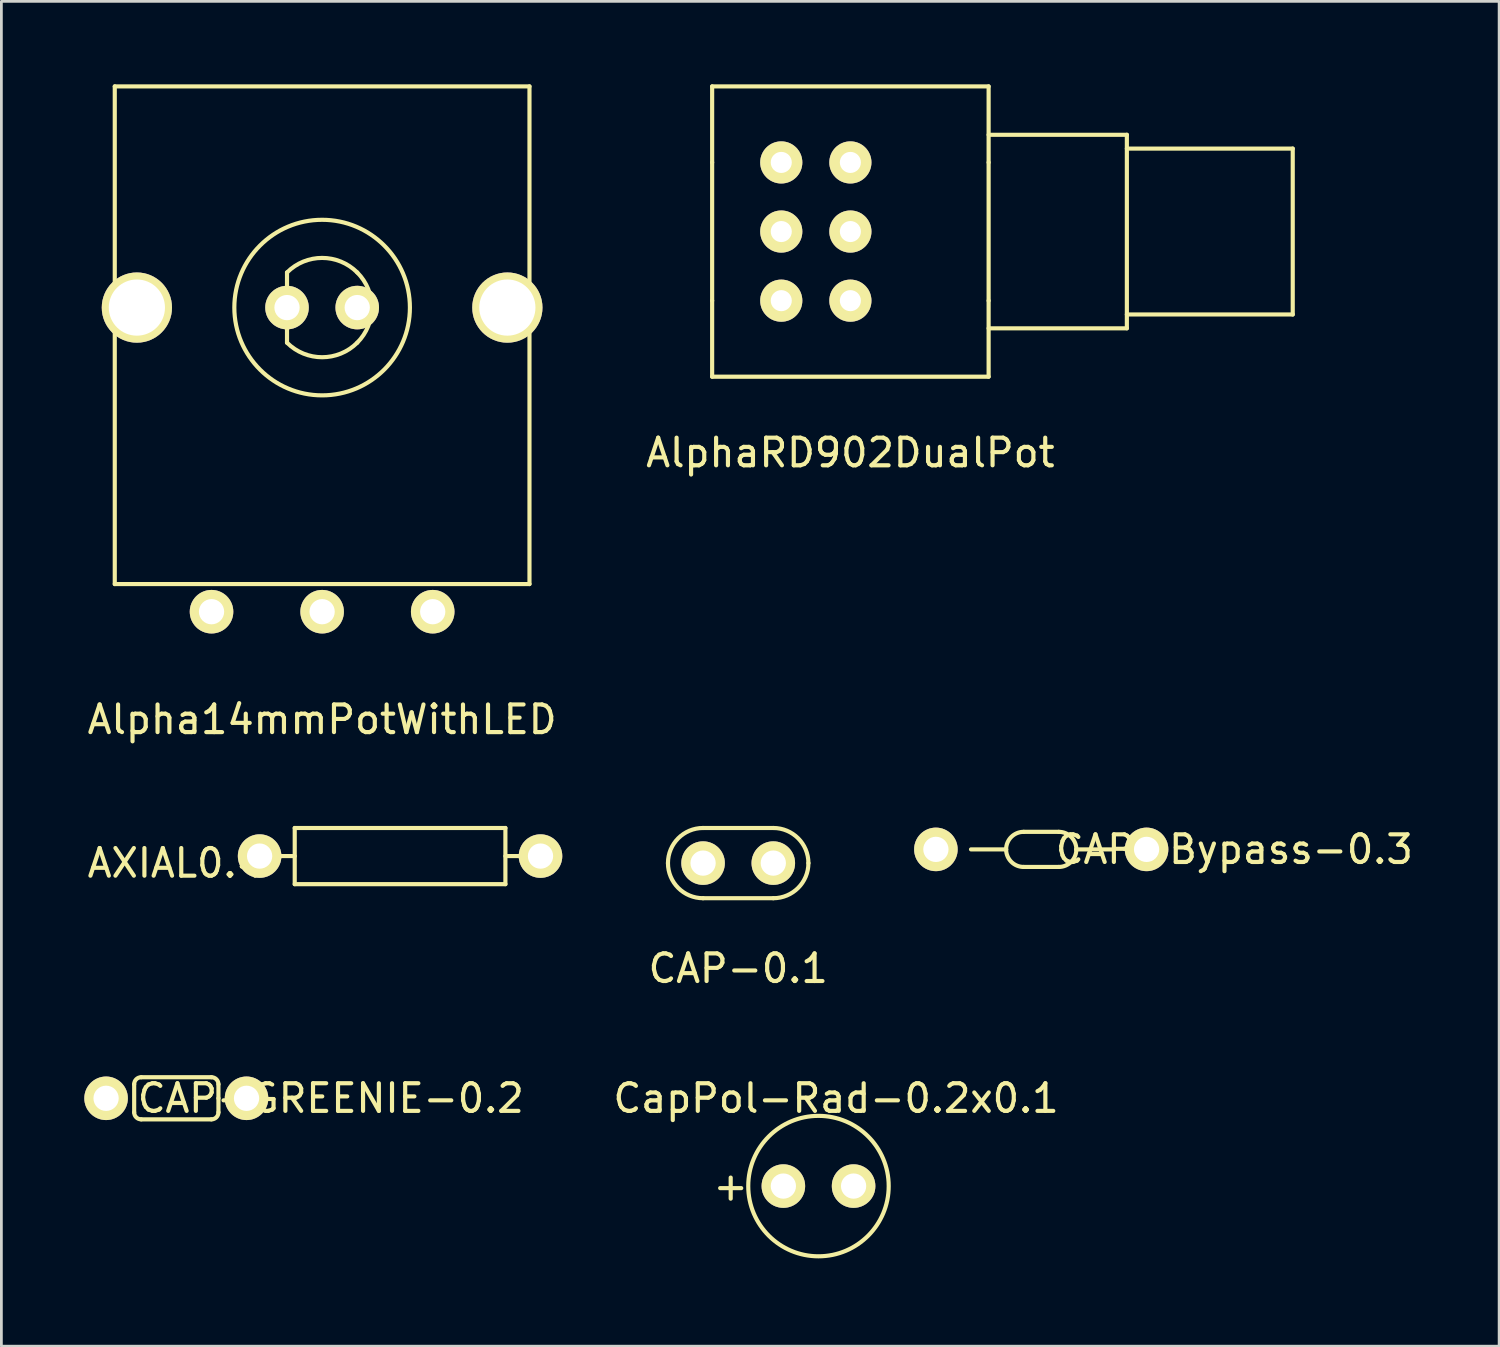
<source format=kicad_pcb>
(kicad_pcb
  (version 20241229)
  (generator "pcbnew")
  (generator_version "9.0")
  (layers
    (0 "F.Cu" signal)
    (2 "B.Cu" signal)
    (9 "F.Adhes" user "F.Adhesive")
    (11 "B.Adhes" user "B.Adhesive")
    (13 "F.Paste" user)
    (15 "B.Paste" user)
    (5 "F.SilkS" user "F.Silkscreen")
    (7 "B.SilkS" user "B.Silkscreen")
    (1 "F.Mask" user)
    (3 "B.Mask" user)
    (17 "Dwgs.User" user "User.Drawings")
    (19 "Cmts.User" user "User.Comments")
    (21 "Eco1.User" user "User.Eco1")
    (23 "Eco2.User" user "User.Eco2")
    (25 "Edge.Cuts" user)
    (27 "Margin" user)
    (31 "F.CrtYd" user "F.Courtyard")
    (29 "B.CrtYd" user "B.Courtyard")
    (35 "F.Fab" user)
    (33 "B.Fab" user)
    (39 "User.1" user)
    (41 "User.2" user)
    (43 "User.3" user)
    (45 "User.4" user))
  (footprint "CAP-Bypass-0.3"
    (layer "F.Cu")
    (at 34.611 27.672)
    (property "Reference" "CAP-Bypass-0.3" (at 6.985 0 0) (layer "F.SilkS") (effects (font (size 1 1) (thickness 0.15))))
    (attr through_hole)
    (fp_line (start -2.54 0) (end -1.27 0) (stroke (width 0.15) (type solid)) (layer "F.SilkS"))
    (fp_line (start -0.635 -0.635) (end 0.635 -0.635) (stroke (width 0.15) (type solid)) (layer "F.SilkS"))
    (fp_line (start -0.635 0.635) (end 0.635 0.635) (stroke (width 0.15) (type solid)) (layer "F.SilkS"))
    (fp_line (start 2.54 0) (end 1.27 0) (stroke (width 0.15) (type solid)) (layer "F.SilkS"))
    (fp_arc (start -1.27 0) (mid -1.084013 -0.449013) (end -0.635 -0.635) (stroke (width 0.15) (type solid)) (layer "F.SilkS"))
    (fp_arc (start -0.635 0.635) (mid -1.084013 0.449013) (end -1.27 0) (stroke (width 0.15) (type solid)) (layer "F.SilkS"))
    (fp_arc (start 0.635 -0.635) (mid 1.084013 -0.449013) (end 1.27 0) (stroke (width 0.15) (type solid)) (layer "F.SilkS"))
    (fp_arc (start 1.27 0) (mid 1.084013 0.449013) (end 0.635 0.635) (stroke (width 0.15) (type solid)) (layer "F.SilkS"))
    (pad "1" thru_hole circle (at -3.81 0) (size 1.575 1.575) (drill 0.914) (layers "*.Cu" "*.Mask" "F.SilkS"))
    (pad "2" thru_hole circle (at 3.81 0) (size 1.575 1.575) (drill 0.914) (layers "*.Cu" "*.Mask" "F.SilkS")))
  (footprint "Alpha14mmPotWithLED"
    (layer "F.Cu")
    (at 8.601 8.075)
    (property "Reference" "Alpha14mmPotWithLED" (at 0 14.9 0) (layer "F.SilkS") (effects (font (size 1 1) (thickness 0.15))))
    (attr through_hole)
    (fp_line (start -7.5 -8) (end -7.5 10) (stroke (width 0.15) (type solid)) (layer "F.SilkS"))
    (fp_line (start -7.5 10) (end 7.5 10) (stroke (width 0.15) (type solid)) (layer "F.SilkS"))
    (fp_line (start -1.27 -1.27) (end -1.27 1.27) (stroke (width 0.15) (type solid)) (layer "F.SilkS"))
    (fp_line (start 7.5 -8) (end -7.5 -8) (stroke (width 0.15) (type solid)) (layer "F.SilkS"))
    (fp_line (start 7.5 10) (end 7.5 -8) (stroke (width 0.15) (type solid)) (layer "F.SilkS"))
    (fp_arc (start -1.27 -1.27) (mid 0 -1.796051) (end 1.27 -1.27) (stroke (width 0.15) (type solid)) (layer "F.SilkS"))
    (fp_arc (start 1.27 -1.27) (mid 1.796051 0) (end 1.27 1.27) (stroke (width 0.15) (type solid)) (layer "F.SilkS"))
    (fp_arc (start 1.27 1.27) (mid 0 1.796051) (end -1.27 1.27) (stroke (width 0.15) (type solid)) (layer "F.SilkS"))
    (fp_circle (center 0 0) (end 3.175 0) (stroke (width 0.15) (type solid)) (fill no) (layer "F.SilkS"))
    (pad "" thru_hole circle (at -6.7 0) (size 2.54 2.54) (drill 2.032) (layers "*.Cu" "*.Mask" "F.SilkS"))
    (pad "" thru_hole circle (at 6.7 0) (size 2.54 2.54) (drill 2.032) (layers "*.Cu" "*.Mask" "F.SilkS"))
    (pad "1" thru_hole circle (at -4 11) (size 1.575 1.575) (drill 0.914) (layers "*.Cu" "*.Mask" "F.SilkS"))
    (pad "2" thru_hole circle (at 0 11) (size 1.575 1.575) (drill 0.914) (layers "*.Cu" "*.Mask" "F.SilkS"))
    (pad "3" thru_hole circle (at 4 11) (size 1.575 1.575) (drill 0.914) (layers "*.Cu" "*.Mask" "F.SilkS"))
    (pad "4" thru_hole circle (at -1.27 0) (size 1.575 1.575) (drill 0.914) (layers "*.Cu" "*.Mask" "F.SilkS"))
    (pad "5" thru_hole circle (at 1.27 0) (size 1.575 1.575) (drill 0.914) (layers "*.Cu" "*.Mask" "F.SilkS")))
  (footprint "CapPol-Rad-0.2x0.1"
    (layer "F.Cu")
    (at 27.824 42.39)
    (property "Reference" "CapPol-Rad-0.2x0.1" (at -0.635 -5.715 0) (layer "F.SilkS") (effects (font (size 1 1) (thickness 0.15))))
    (attr through_hole)
    (fp_circle (center -1.27 -2.54) (end 1.27 -2.54) (stroke (width 0.15) (type solid)) (fill no) (layer "F.SilkS"))
    (fp_text user "+" (at -4.445 -2.54 0) (layer "F.SilkS") (effects (font (size 1 1) (thickness 0.15))))
    (pad "1" thru_hole circle (at -2.54 -2.54) (size 1.575 1.575) (drill 0.914) (layers "*.Cu" "*.Mask" "F.SilkS"))
    (pad "2" thru_hole circle (at 0 -2.54) (size 1.575 1.575) (drill 0.914) (layers "*.Cu" "*.Mask" "F.SilkS")))
  (footprint "CAP-GREENIE-0.2"
    (layer "F.Cu")
    (at 3.327 36.675)
    (property "Reference" "CAP-GREENIE-0.2" (at 5.588 0 0) (layer "F.SilkS") (effects (font (size 1 1) (thickness 0.15))))
    (attr through_hole)
    (fp_line (start -1.524 -0.508) (end -1.524 0.508) (stroke (width 0.15) (type solid)) (layer "F.SilkS"))
    (fp_line (start -1.27 0.762) (end 1.27 0.762) (stroke (width 0.15) (type solid)) (layer "F.SilkS"))
    (fp_line (start 1.27 -0.762) (end -1.27 -0.762) (stroke (width 0.15) (type solid)) (layer "F.SilkS"))
    (fp_line (start 1.524 0) (end 1.524 -0.508) (stroke (width 0.15) (type solid)) (layer "F.SilkS"))
    (fp_line (start 1.524 0) (end 1.524 0.508) (stroke (width 0.15) (type solid)) (layer "F.SilkS"))
    (fp_arc (start -1.524 -0.508) (mid -1.449605 -0.687605) (end -1.27 -0.762) (stroke (width 0.15) (type solid)) (layer "F.SilkS"))
    (fp_arc (start -1.27 0.762) (mid -1.449605 0.687605) (end -1.524 0.508) (stroke (width 0.15) (type solid)) (layer "F.SilkS"))
    (fp_arc (start 1.27 -0.762) (mid 1.449605 -0.687605) (end 1.524 -0.508) (stroke (width 0.15) (type solid)) (layer "F.SilkS"))
    (fp_arc (start 1.524 0.508) (mid 1.449605 0.687605) (end 1.27 0.762) (stroke (width 0.15) (type solid)) (layer "F.SilkS"))
    (pad "1" thru_hole circle (at -2.54 0) (size 1.575 1.575) (drill 0.914) (layers "*.Cu" "*.Mask" "F.SilkS"))
    (pad "2" thru_hole circle (at 2.54 0) (size 1.575 1.575) (drill 0.914) (layers "*.Cu" "*.Mask" "F.SilkS")))
  (footprint "CAP-0.1"
    (layer "F.Cu")
    (at 23.65 28.168)
    (property "Reference" "CAP-0.1" (at 0 3.81 0) (layer "F.SilkS") (effects (font (size 1 1) (thickness 0.15))))
    (attr through_hole)
    (fp_line (start -1.27 -1.27) (end 1.27 -1.27) (stroke (width 0.15) (type solid)) (layer "F.SilkS"))
    (fp_line (start 1.27 1.27) (end -1.27 1.27) (stroke (width 0.15) (type solid)) (layer "F.SilkS"))
    (fp_arc (start -2.54 0) (mid -2.168026 -0.898026) (end -1.27 -1.27) (stroke (width 0.15) (type solid)) (layer "F.SilkS"))
    (fp_arc (start -1.27 1.27) (mid -2.168026 0.898026) (end -2.54 0) (stroke (width 0.15) (type solid)) (layer "F.SilkS"))
    (fp_arc (start 1.27 -1.27) (mid 2.168026 -0.898026) (end 2.54 0) (stroke (width 0.15) (type solid)) (layer "F.SilkS"))
    (fp_arc (start 2.54 0) (mid 2.168026 0.898026) (end 1.27 1.27) (stroke (width 0.15) (type solid)) (layer "F.SilkS"))
    (pad "1" thru_hole circle (at -1.27 0) (size 1.575 1.575) (drill 0.914) (layers "*.Cu" "*.Mask" "F.SilkS"))
    (pad "2" thru_hole circle (at 1.27 0) (size 1.575 1.575) (drill 0.914) (layers "*.Cu" "*.Mask" "F.SilkS")))
  (footprint "AlphaRD902DualPot"
    (layer "F.Cu")
    (at 32.708 5.325)
    (property "Reference" "AlphaRD902DualPot" (at -5 8 0) (layer "F.SilkS") (effects (font (size 1 1) (thickness 0.15))))
    (attr through_hole)
    (fp_line (start -10 -5.25) (end 0 -5.25) (stroke (width 0.15) (type solid)) (layer "F.SilkS"))
    (fp_line (start -10 -2.5) (end -10 -5.25) (stroke (width 0.15) (type solid)) (layer "F.SilkS"))
    (fp_line (start -10 2.5) (end -10 -2.5) (stroke (width 0.15) (type solid)) (layer "F.SilkS"))
    (fp_line (start -10 5.25) (end -10 2.5) (stroke (width 0.15) (type solid)) (layer "F.SilkS"))
    (fp_line (start 0 -5.25) (end 0 -2.5) (stroke (width 0.15) (type solid)) (layer "F.SilkS"))
    (fp_line (start 0 -3.5) (end 5 -3.5) (stroke (width 0.15) (type solid)) (layer "F.SilkS"))
    (fp_line (start 0 -2.5) (end 0 2.5) (stroke (width 0.15) (type solid)) (layer "F.SilkS"))
    (fp_line (start 0 2.5) (end 0 5.25) (stroke (width 0.15) (type solid)) (layer "F.SilkS"))
    (fp_line (start 0 5.25) (end -10 5.25) (stroke (width 0.15) (type solid)) (layer "F.SilkS"))
    (fp_line (start 5 -3.5) (end 5 3.5) (stroke (width 0.15) (type solid)) (layer "F.SilkS"))
    (fp_line (start 5 -3) (end 11 -3) (stroke (width 0.15) (type solid)) (layer "F.SilkS"))
    (fp_line (start 5 3.5) (end 0 3.5) (stroke (width 0.15) (type solid)) (layer "F.SilkS"))
    (fp_line (start 11 -3) (end 11 3) (stroke (width 0.15) (type solid)) (layer "F.SilkS"))
    (fp_line (start 11 3) (end 5 3) (stroke (width 0.15) (type solid)) (layer "F.SilkS"))
    (pad "1" thru_hole circle (at -5 2.5) (size 1.524 1.524) (drill 0.762) (layers "*.Cu" "*.Mask" "F.SilkS"))
    (pad "2" thru_hole circle (at -5 0) (size 1.524 1.524) (drill 0.762) (layers "*.Cu" "*.Mask" "F.SilkS"))
    (pad "3" thru_hole circle (at -5 -2.5) (size 1.524 1.524) (drill 0.762) (layers "*.Cu" "*.Mask" "F.SilkS"))
    (pad "4" thru_hole circle (at -7.5 2.5) (size 1.524 1.524) (drill 0.762) (layers "*.Cu" "*.Mask" "F.SilkS"))
    (pad "5" thru_hole circle (at -7.5 0) (size 1.524 1.524) (drill 0.762) (layers "*.Cu" "*.Mask" "F.SilkS"))
    (pad "6" thru_hole circle (at -7.5 -2.5) (size 1.524 1.524) (drill 0.762) (layers "*.Cu" "*.Mask" "F.SilkS")))
  (footprint "AXIAL0.4"
    (layer "F.Cu")
    (at 11.42 27.914)
    (property "Reference" "AXIAL0.4" (at -8.128 0.254 0) (layer "F.SilkS") (effects (font (size 1 1) (thickness 0.15))))
    (attr through_hole)
    (fp_line (start -3.81 -1.016) (end -3.81 1.016) (stroke (width 0.15) (type solid)) (layer "F.SilkS"))
    (fp_line (start -3.81 0) (end -4.318 0) (stroke (width 0.15) (type solid)) (layer "F.SilkS"))
    (fp_line (start -3.81 1.016) (end 3.81 1.016) (stroke (width 0.15) (type solid)) (layer "F.SilkS"))
    (fp_line (start 3.81 -1.016) (end -3.81 -1.016) (stroke (width 0.15) (type solid)) (layer "F.SilkS"))
    (fp_line (start 3.81 -1.016) (end 3.81 1.016) (stroke (width 0.15) (type solid)) (layer "F.SilkS"))
    (fp_line (start 4.445 0) (end 3.81 0) (stroke (width 0.15) (type solid)) (layer "F.SilkS"))
    (pad "1" thru_hole circle (at -5.08 0) (size 1.575 1.575) (drill 0.914) (layers "*.Cu" "*.Mask" "F.SilkS"))
    (pad "2" thru_hole circle (at 5.08 0) (size 1.575 1.575) (drill 0.914) (layers "*.Cu" "*.Mask" "F.SilkS")))
  (gr_rect
    (start -3 -3)
    (end 51.173 45.64)
    (stroke (width 0.1) (type default))
    (fill no)
    (layer "Edge.Cuts")))
</source>
